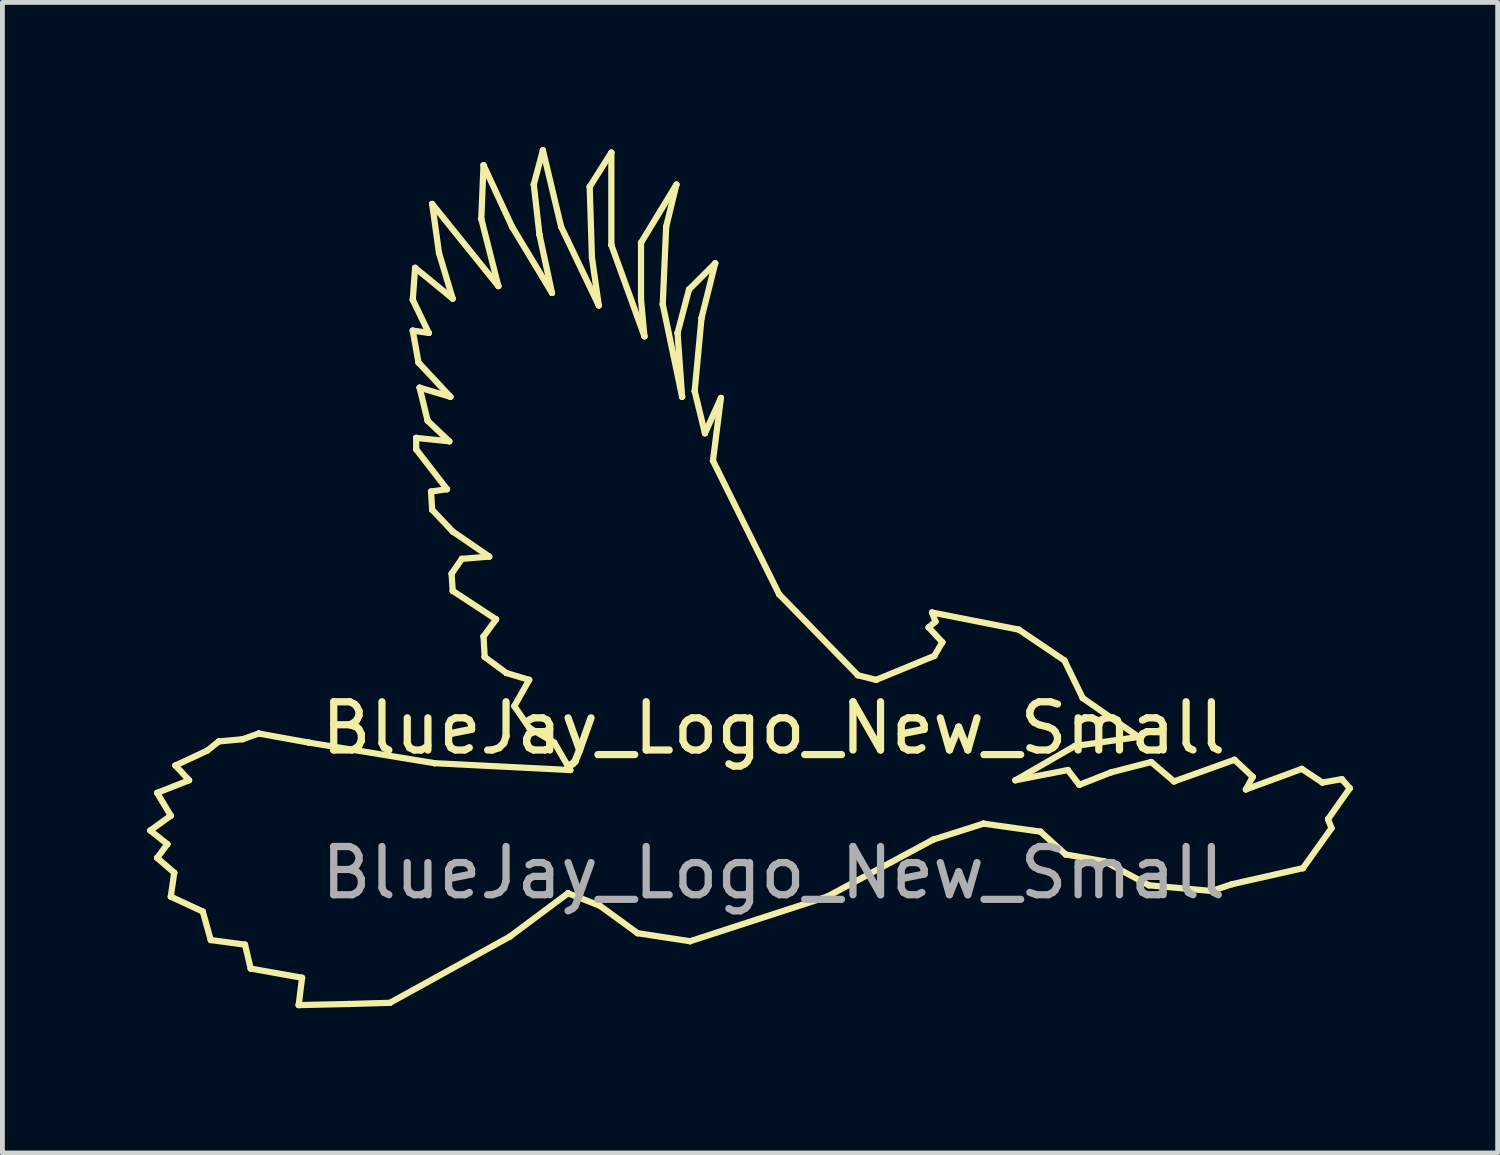
<source format=kicad_pcb>
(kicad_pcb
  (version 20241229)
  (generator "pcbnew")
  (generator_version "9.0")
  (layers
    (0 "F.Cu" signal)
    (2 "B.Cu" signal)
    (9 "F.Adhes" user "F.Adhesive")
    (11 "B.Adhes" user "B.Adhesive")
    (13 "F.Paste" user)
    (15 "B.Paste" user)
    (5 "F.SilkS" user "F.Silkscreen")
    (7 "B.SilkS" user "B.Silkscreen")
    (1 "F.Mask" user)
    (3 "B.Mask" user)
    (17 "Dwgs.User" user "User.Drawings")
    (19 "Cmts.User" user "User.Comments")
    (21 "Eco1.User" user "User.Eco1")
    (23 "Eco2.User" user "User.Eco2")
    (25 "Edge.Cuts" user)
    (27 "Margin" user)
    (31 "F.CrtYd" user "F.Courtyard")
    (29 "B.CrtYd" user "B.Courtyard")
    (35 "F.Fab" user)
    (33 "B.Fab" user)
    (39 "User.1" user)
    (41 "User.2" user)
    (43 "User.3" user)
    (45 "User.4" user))
  (footprint "BlueJay_Logo_New_Small"
    (layer "F.Cu")
    (at 12.986 12.54)
    (property "Reference" "BlueJay_Logo_New_Small" (at 0 -0.5 0) (unlocked yes) (layer "F.SilkS") (effects (font (size 1 1) (thickness 0.15))))
    (fp_line (start -12.921 1.623) (end -12.921 1.623) (stroke (width 0.129) (type solid)) (layer "F.SilkS"))
    (fp_line (start -12.921 1.623) (end -12.567 1.907) (stroke (width 0.129) (type solid)) (layer "F.SilkS"))
    (fp_line (start -12.779 0.843) (end -12.779 0.843) (stroke (width 0.129) (type solid)) (layer "F.SilkS"))
    (fp_line (start -12.779 0.843) (end -12.496 1.316) (stroke (width 0.129) (type solid)) (layer "F.SilkS"))
    (fp_line (start -12.779 2.191) (end -12.779 2.191) (stroke (width 0.129) (type solid)) (layer "F.SilkS"))
    (fp_line (start -12.779 2.191) (end -12.425 2.498) (stroke (width 0.129) (type solid)) (layer "F.SilkS"))
    (fp_line (start -12.567 1.907) (end -12.779 2.191) (stroke (width 0.129) (type solid)) (layer "F.SilkS"))
    (fp_line (start -12.567 1.907) (end -12.567 1.907) (stroke (width 0.129) (type solid)) (layer "F.SilkS"))
    (fp_line (start -12.496 1.316) (end -12.921 1.623) (stroke (width 0.129) (type solid)) (layer "F.SilkS"))
    (fp_line (start -12.496 1.316) (end -12.496 1.316) (stroke (width 0.129) (type solid)) (layer "F.SilkS"))
    (fp_line (start -12.496 2.995) (end -12.496 2.995) (stroke (width 0.129) (type solid)) (layer "F.SilkS"))
    (fp_line (start -12.496 2.995) (end -11.833 3.303) (stroke (width 0.129) (type solid)) (layer "F.SilkS"))
    (fp_line (start -12.425 2.498) (end -12.496 2.995) (stroke (width 0.129) (type solid)) (layer "F.SilkS"))
    (fp_line (start -12.425 2.498) (end -12.425 2.498) (stroke (width 0.129) (type solid)) (layer "F.SilkS"))
    (fp_line (start -12.401 0.275) (end -12.401 0.275) (stroke (width 0.129) (type solid)) (layer "F.SilkS"))
    (fp_line (start -12.401 0.275) (end -12.117 0.582) (stroke (width 0.129) (type solid)) (layer "F.SilkS"))
    (fp_line (start -12.117 0.582) (end -12.779 0.843) (stroke (width 0.129) (type solid)) (layer "F.SilkS"))
    (fp_line (start -12.117 0.582) (end -12.117 0.582) (stroke (width 0.129) (type solid)) (layer "F.SilkS"))
    (fp_line (start -11.833 3.303) (end -11.833 3.303) (stroke (width 0.129) (type solid)) (layer "F.SilkS"))
    (fp_line (start -11.833 3.303) (end -11.668 3.894) (stroke (width 0.129) (type solid)) (layer "F.SilkS"))
    (fp_line (start -11.739 -0.033) (end -12.401 0.275) (stroke (width 0.129) (type solid)) (layer "F.SilkS"))
    (fp_line (start -11.739 -0.033) (end -11.739 -0.033) (stroke (width 0.129) (type solid)) (layer "F.SilkS"))
    (fp_line (start -11.668 3.894) (end -11.668 3.894) (stroke (width 0.129) (type solid)) (layer "F.SilkS"))
    (fp_line (start -11.668 3.894) (end -10.958 3.989) (stroke (width 0.129) (type solid)) (layer "F.SilkS"))
    (fp_line (start -11.502 -0.222) (end -11.739 -0.033) (stroke (width 0.129) (type solid)) (layer "F.SilkS"))
    (fp_line (start -11.502 -0.222) (end -11.502 -0.222) (stroke (width 0.129) (type solid)) (layer "F.SilkS"))
    (fp_line (start -11.005 -0.269) (end -11.502 -0.222) (stroke (width 0.129) (type solid)) (layer "F.SilkS"))
    (fp_line (start -11.005 -0.269) (end -11.005 -0.269) (stroke (width 0.129) (type solid)) (layer "F.SilkS"))
    (fp_line (start -10.958 3.989) (end -10.958 3.989) (stroke (width 0.129) (type solid)) (layer "F.SilkS"))
    (fp_line (start -10.958 3.989) (end -10.84 4.485) (stroke (width 0.129) (type solid)) (layer "F.SilkS"))
    (fp_line (start -10.84 4.485) (end -10.84 4.485) (stroke (width 0.129) (type solid)) (layer "F.SilkS"))
    (fp_line (start -10.84 4.485) (end -9.775 4.675) (stroke (width 0.129) (type solid)) (layer "F.SilkS"))
    (fp_line (start -10.674 -0.387) (end -11.005 -0.269) (stroke (width 0.129) (type solid)) (layer "F.SilkS"))
    (fp_line (start -10.674 -0.387) (end -10.674 -0.387) (stroke (width 0.129) (type solid)) (layer "F.SilkS"))
    (fp_line (start -9.846 5.242) (end -9.846 5.242) (stroke (width 0.129) (type solid)) (layer "F.SilkS"))
    (fp_line (start -9.846 5.242) (end -8.805 5.219) (stroke (width 0.129) (type solid)) (layer "F.SilkS"))
    (fp_line (start -9.775 4.675) (end -9.846 5.242) (stroke (width 0.129) (type solid)) (layer "F.SilkS"))
    (fp_line (start -9.775 4.675) (end -9.775 4.675) (stroke (width 0.129) (type solid)) (layer "F.SilkS"))
    (fp_line (start -9.633 -0.198) (end -10.674 -0.387) (stroke (width 0.129) (type solid)) (layer "F.SilkS"))
    (fp_line (start -9.633 -0.198) (end -9.633 -0.198) (stroke (width 0.129) (type solid)) (layer "F.SilkS"))
    (fp_line (start -8.805 5.219) (end -8.805 5.219) (stroke (width 0.129) (type solid)) (layer "F.SilkS"))
    (fp_line (start -8.805 5.219) (end -7.954 5.195) (stroke (width 0.129) (type solid)) (layer "F.SilkS"))
    (fp_line (start -7.954 5.195) (end -7.954 5.195) (stroke (width 0.129) (type solid)) (layer "F.SilkS"))
    (fp_line (start -7.954 5.195) (end -5.47 3.823) (stroke (width 0.129) (type solid)) (layer "F.SilkS"))
    (fp_line (start -7.481 -9.376) (end -7.481 -9.376) (stroke (width 0.129) (type solid)) (layer "F.SilkS"))
    (fp_line (start -7.481 -9.376) (end -7.15 -8.69) (stroke (width 0.129) (type solid)) (layer "F.SilkS"))
    (fp_line (start -7.481 -8.738) (end -7.481 -8.738) (stroke (width 0.129) (type solid)) (layer "F.SilkS"))
    (fp_line (start -7.481 -8.738) (end -7.362 -8.075) (stroke (width 0.129) (type solid)) (layer "F.SilkS"))
    (fp_line (start -7.433 -10.039) (end -7.481 -9.376) (stroke (width 0.129) (type solid)) (layer "F.SilkS"))
    (fp_line (start -7.433 -10.039) (end -7.433 -10.039) (stroke (width 0.129) (type solid)) (layer "F.SilkS"))
    (fp_line (start -7.41 -6.514) (end -7.41 -6.514) (stroke (width 0.129) (type solid)) (layer "F.SilkS"))
    (fp_line (start -7.41 -6.514) (end -7.41 -6.277) (stroke (width 0.129) (type solid)) (layer "F.SilkS"))
    (fp_line (start -7.41 -6.277) (end -7.41 -6.277) (stroke (width 0.129) (type solid)) (layer "F.SilkS"))
    (fp_line (start -7.41 -6.277) (end -6.771 -5.45) (stroke (width 0.129) (type solid)) (layer "F.SilkS"))
    (fp_line (start -7.362 -8.075) (end -7.362 -8.075) (stroke (width 0.129) (type solid)) (layer "F.SilkS"))
    (fp_line (start -7.362 -8.075) (end -6.7 -7.366) (stroke (width 0.129) (type solid)) (layer "F.SilkS"))
    (fp_line (start -7.339 -7.555) (end -7.339 -7.555) (stroke (width 0.129) (type solid)) (layer "F.SilkS"))
    (fp_line (start -7.339 -7.555) (end -7.173 -6.869) (stroke (width 0.129) (type solid)) (layer "F.SilkS"))
    (fp_line (start -7.173 -6.869) (end -7.173 -6.869) (stroke (width 0.129) (type solid)) (layer "F.SilkS"))
    (fp_line (start -7.173 -6.869) (end -6.724 -6.443) (stroke (width 0.129) (type solid)) (layer "F.SilkS"))
    (fp_line (start -7.15 -8.69) (end -7.481 -8.738) (stroke (width 0.129) (type solid)) (layer "F.SilkS"))
    (fp_line (start -7.15 -8.69) (end -7.15 -8.69) (stroke (width 0.129) (type solid)) (layer "F.SilkS"))
    (fp_line (start -7.102 -5.402) (end -7.102 -5.402) (stroke (width 0.129) (type solid)) (layer "F.SilkS"))
    (fp_line (start -7.102 -5.402) (end -7.079 -5.024) (stroke (width 0.129) (type solid)) (layer "F.SilkS"))
    (fp_line (start -7.079 -5.024) (end -7.079 -5.024) (stroke (width 0.129) (type solid)) (layer "F.SilkS"))
    (fp_line (start -7.079 -5.024) (end -6.653 -4.574) (stroke (width 0.129) (type solid)) (layer "F.SilkS"))
    (fp_line (start -7.079 -11.363) (end -7.079 -11.363) (stroke (width 0.129) (type solid)) (layer "F.SilkS"))
    (fp_line (start -7.079 -11.363) (end -6.937 -10.346) (stroke (width 0.129) (type solid)) (layer "F.SilkS"))
    (fp_line (start -7.031 0.228) (end -9.633 -0.198) (stroke (width 0.129) (type solid)) (layer "F.SilkS"))
    (fp_line (start -7.031 0.228) (end -7.031 0.228) (stroke (width 0.129) (type solid)) (layer "F.SilkS"))
    (fp_line (start -6.937 -10.346) (end -6.937 -10.346) (stroke (width 0.129) (type solid)) (layer "F.SilkS"))
    (fp_line (start -6.937 -10.346) (end -6.653 -9.4) (stroke (width 0.129) (type solid)) (layer "F.SilkS"))
    (fp_line (start -6.771 -5.45) (end -7.102 -5.402) (stroke (width 0.129) (type solid)) (layer "F.SilkS"))
    (fp_line (start -6.771 -5.45) (end -6.771 -5.45) (stroke (width 0.129) (type solid)) (layer "F.SilkS"))
    (fp_line (start -6.724 -6.443) (end -7.41 -6.514) (stroke (width 0.129) (type solid)) (layer "F.SilkS"))
    (fp_line (start -6.724 -6.443) (end -6.724 -6.443) (stroke (width 0.129) (type solid)) (layer "F.SilkS"))
    (fp_line (start -6.7 -7.366) (end -7.339 -7.555) (stroke (width 0.129) (type solid)) (layer "F.SilkS"))
    (fp_line (start -6.7 -7.366) (end -6.7 -7.366) (stroke (width 0.129) (type solid)) (layer "F.SilkS"))
    (fp_line (start -6.676 -3.699) (end -6.676 -3.699) (stroke (width 0.129) (type solid)) (layer "F.SilkS"))
    (fp_line (start -6.676 -3.699) (end -6.653 -3.344) (stroke (width 0.129) (type solid)) (layer "F.SilkS"))
    (fp_line (start -6.653 -3.344) (end -6.653 -3.344) (stroke (width 0.129) (type solid)) (layer "F.SilkS"))
    (fp_line (start -6.653 -3.344) (end -5.754 -2.753) (stroke (width 0.129) (type solid)) (layer "F.SilkS"))
    (fp_line (start -6.653 -4.574) (end -6.653 -4.574) (stroke (width 0.129) (type solid)) (layer "F.SilkS"))
    (fp_line (start -6.653 -4.574) (end -5.896 -4.054) (stroke (width 0.129) (type solid)) (layer "F.SilkS"))
    (fp_line (start -6.653 -9.4) (end -7.433 -10.039) (stroke (width 0.129) (type solid)) (layer "F.SilkS"))
    (fp_line (start -6.653 -9.4) (end -6.653 -9.4) (stroke (width 0.129) (type solid)) (layer "F.SilkS"))
    (fp_line (start -6.464 -4.007) (end -6.676 -3.699) (stroke (width 0.129) (type solid)) (layer "F.SilkS"))
    (fp_line (start -6.464 -4.007) (end -6.464 -4.007) (stroke (width 0.129) (type solid)) (layer "F.SilkS"))
    (fp_line (start -6.061 -11.056) (end -6.061 -11.056) (stroke (width 0.129) (type solid)) (layer "F.SilkS"))
    (fp_line (start -6.061 -11.056) (end -5.707 -9.66) (stroke (width 0.129) (type solid)) (layer "F.SilkS"))
    (fp_line (start -6.014 -2.398) (end -6.014 -2.398) (stroke (width 0.129) (type solid)) (layer "F.SilkS"))
    (fp_line (start -6.014 -2.398) (end -5.99 -1.972) (stroke (width 0.129) (type solid)) (layer "F.SilkS"))
    (fp_line (start -6.014 -12.167) (end -6.061 -11.056) (stroke (width 0.129) (type solid)) (layer "F.SilkS"))
    (fp_line (start -6.014 -12.167) (end -6.014 -12.167) (stroke (width 0.129) (type solid)) (layer "F.SilkS"))
    (fp_line (start -5.99 -1.972) (end -5.99 -1.972) (stroke (width 0.129) (type solid)) (layer "F.SilkS"))
    (fp_line (start -5.99 -1.972) (end -5.541 -1.641) (stroke (width 0.129) (type solid)) (layer "F.SilkS"))
    (fp_line (start -5.896 -4.054) (end -6.464 -4.007) (stroke (width 0.129) (type solid)) (layer "F.SilkS"))
    (fp_line (start -5.896 -4.054) (end -5.896 -4.054) (stroke (width 0.129) (type solid)) (layer "F.SilkS"))
    (fp_line (start -5.754 -2.753) (end -6.014 -2.398) (stroke (width 0.129) (type solid)) (layer "F.SilkS"))
    (fp_line (start -5.754 -2.753) (end -5.754 -2.753) (stroke (width 0.129) (type solid)) (layer "F.SilkS"))
    (fp_line (start -5.707 -9.66) (end -7.079 -11.363) (stroke (width 0.129) (type solid)) (layer "F.SilkS"))
    (fp_line (start -5.707 -9.66) (end -5.707 -9.66) (stroke (width 0.129) (type solid)) (layer "F.SilkS"))
    (fp_line (start -5.541 -1.641) (end -5.541 -1.641) (stroke (width 0.129) (type solid)) (layer "F.SilkS"))
    (fp_line (start -5.541 -1.641) (end -5.068 -1.499) (stroke (width 0.129) (type solid)) (layer "F.SilkS"))
    (fp_line (start -5.47 3.823) (end -5.47 3.823) (stroke (width 0.129) (type solid)) (layer "F.SilkS"))
    (fp_line (start -5.47 3.823) (end -4.264 2.924) (stroke (width 0.129) (type solid)) (layer "F.SilkS"))
    (fp_line (start -5.423 -10.89) (end -6.014 -12.167) (stroke (width 0.129) (type solid)) (layer "F.SilkS"))
    (fp_line (start -5.423 -10.89) (end -5.423 -10.89) (stroke (width 0.129) (type solid)) (layer "F.SilkS"))
    (fp_line (start -5.375 -0.955) (end -5.375 -0.955) (stroke (width 0.129) (type solid)) (layer "F.SilkS"))
    (fp_line (start -5.375 -0.955) (end -5.068 -0.506) (stroke (width 0.129) (type solid)) (layer "F.SilkS"))
    (fp_line (start -5.068 -1.499) (end -5.375 -0.955) (stroke (width 0.129) (type solid)) (layer "F.SilkS"))
    (fp_line (start -5.068 -1.499) (end -5.068 -1.499) (stroke (width 0.129) (type solid)) (layer "F.SilkS"))
    (fp_line (start -5.068 -0.506) (end -5.068 -0.506) (stroke (width 0.129) (type solid)) (layer "F.SilkS"))
    (fp_line (start -5.068 -0.506) (end -4.548 -0.198) (stroke (width 0.129) (type solid)) (layer "F.SilkS"))
    (fp_line (start -4.973 -11.765) (end -4.973 -11.765) (stroke (width 0.129) (type solid)) (layer "F.SilkS"))
    (fp_line (start -4.973 -11.765) (end -4.855 -10.725) (stroke (width 0.129) (type solid)) (layer "F.SilkS"))
    (fp_line (start -4.855 -10.725) (end -4.855 -10.725) (stroke (width 0.129) (type solid)) (layer "F.SilkS"))
    (fp_line (start -4.855 -10.725) (end -4.595 -9.518) (stroke (width 0.129) (type solid)) (layer "F.SilkS"))
    (fp_line (start -4.784 -12.475) (end -4.973 -11.765) (stroke (width 0.129) (type solid)) (layer "F.SilkS"))
    (fp_line (start -4.784 -12.475) (end -4.784 -12.475) (stroke (width 0.129) (type solid)) (layer "F.SilkS"))
    (fp_line (start -4.595 -9.518) (end -5.423 -10.89) (stroke (width 0.129) (type solid)) (layer "F.SilkS"))
    (fp_line (start -4.595 -9.518) (end -4.595 -9.518) (stroke (width 0.129) (type solid)) (layer "F.SilkS"))
    (fp_line (start -4.548 -0.198) (end -4.548 -0.198) (stroke (width 0.129) (type solid)) (layer "F.SilkS"))
    (fp_line (start -4.548 -0.198) (end -4.216 0.37) (stroke (width 0.129) (type solid)) (layer "F.SilkS"))
    (fp_line (start -4.406 -10.89) (end -4.784 -12.475) (stroke (width 0.129) (type solid)) (layer "F.SilkS"))
    (fp_line (start -4.406 -10.89) (end -4.406 -10.89) (stroke (width 0.129) (type solid)) (layer "F.SilkS"))
    (fp_line (start -4.264 2.924) (end -4.264 2.924) (stroke (width 0.129) (type solid)) (layer "F.SilkS"))
    (fp_line (start -4.264 2.924) (end -3.601 3.184) (stroke (width 0.129) (type solid)) (layer "F.SilkS"))
    (fp_line (start -4.216 0.37) (end -7.031 0.228) (stroke (width 0.129) (type solid)) (layer "F.SilkS"))
    (fp_line (start -4.216 0.37) (end -4.216 0.37) (stroke (width 0.129) (type solid)) (layer "F.SilkS"))
    (fp_line (start -3.814 -11.718) (end -3.814 -11.718) (stroke (width 0.129) (type solid)) (layer "F.SilkS"))
    (fp_line (start -3.814 -11.718) (end -3.767 -10.251) (stroke (width 0.129) (type solid)) (layer "F.SilkS"))
    (fp_line (start -3.767 -10.251) (end -3.767 -10.251) (stroke (width 0.129) (type solid)) (layer "F.SilkS"))
    (fp_line (start -3.767 -10.251) (end -3.625 -9.258) (stroke (width 0.129) (type solid)) (layer "F.SilkS"))
    (fp_line (start -3.625 -9.258) (end -4.406 -10.89) (stroke (width 0.129) (type solid)) (layer "F.SilkS"))
    (fp_line (start -3.625 -9.258) (end -3.625 -9.258) (stroke (width 0.129) (type solid)) (layer "F.SilkS"))
    (fp_line (start -3.601 3.184) (end -3.601 3.184) (stroke (width 0.129) (type solid)) (layer "F.SilkS"))
    (fp_line (start -3.601 3.184) (end -2.821 3.752) (stroke (width 0.129) (type solid)) (layer "F.SilkS"))
    (fp_line (start -3.365 -12.428) (end -3.814 -11.718) (stroke (width 0.129) (type solid)) (layer "F.SilkS"))
    (fp_line (start -3.365 -12.428) (end -3.365 -12.428) (stroke (width 0.129) (type solid)) (layer "F.SilkS"))
    (fp_line (start -3.365 -10.512) (end -3.365 -12.428) (stroke (width 0.129) (type solid)) (layer "F.SilkS"))
    (fp_line (start -3.365 -10.512) (end -3.365 -10.512) (stroke (width 0.129) (type solid)) (layer "F.SilkS"))
    (fp_line (start -2.821 3.752) (end -2.821 3.752) (stroke (width 0.129) (type solid)) (layer "F.SilkS"))
    (fp_line (start -2.821 3.752) (end -1.733 3.918) (stroke (width 0.129) (type solid)) (layer "F.SilkS"))
    (fp_line (start -2.75 -10.559) (end -2.75 -10.559) (stroke (width 0.129) (type solid)) (layer "F.SilkS"))
    (fp_line (start -2.75 -10.559) (end -2.75 -9.376) (stroke (width 0.129) (type solid)) (layer "F.SilkS"))
    (fp_line (start -2.75 -9.376) (end -2.75 -9.376) (stroke (width 0.129) (type solid)) (layer "F.SilkS"))
    (fp_line (start -2.75 -9.376) (end -2.679 -8.619) (stroke (width 0.129) (type solid)) (layer "F.SilkS"))
    (fp_line (start -2.679 -8.619) (end -3.365 -10.512) (stroke (width 0.129) (type solid)) (layer "F.SilkS"))
    (fp_line (start -2.679 -8.619) (end -2.679 -8.619) (stroke (width 0.129) (type solid)) (layer "F.SilkS"))
    (fp_line (start -2.3 -9.282) (end -2.3 -9.282) (stroke (width 0.129) (type solid)) (layer "F.SilkS"))
    (fp_line (start -2.3 -9.282) (end -2.229 -10.89) (stroke (width 0.129) (type solid)) (layer "F.SilkS"))
    (fp_line (start -2.229 -10.89) (end -2.229 -10.89) (stroke (width 0.129) (type solid)) (layer "F.SilkS"))
    (fp_line (start -2.229 -10.89) (end -2.016 -11.765) (stroke (width 0.129) (type solid)) (layer "F.SilkS"))
    (fp_line (start -2.016 -11.765) (end -2.75 -10.559) (stroke (width 0.129) (type solid)) (layer "F.SilkS"))
    (fp_line (start -2.016 -11.765) (end -2.016 -11.765) (stroke (width 0.129) (type solid)) (layer "F.SilkS"))
    (fp_line (start -1.993 -8.69) (end -1.993 -8.69) (stroke (width 0.129) (type solid)) (layer "F.SilkS"))
    (fp_line (start -1.993 -8.69) (end -1.922 -7.697) (stroke (width 0.129) (type solid)) (layer "F.SilkS"))
    (fp_line (start -1.922 -7.697) (end -1.922 -7.697) (stroke (width 0.129) (type solid)) (layer "F.SilkS"))
    (fp_line (start -1.922 -7.697) (end -1.898 -7.366) (stroke (width 0.129) (type solid)) (layer "F.SilkS"))
    (fp_line (start -1.898 -7.366) (end -2.3 -9.282) (stroke (width 0.129) (type solid)) (layer "F.SilkS"))
    (fp_line (start -1.898 -7.366) (end -1.898 -7.366) (stroke (width 0.129) (type solid)) (layer "F.SilkS"))
    (fp_line (start -1.756 -9.589) (end -1.993 -8.69) (stroke (width 0.129) (type solid)) (layer "F.SilkS"))
    (fp_line (start -1.756 -9.589) (end -1.756 -9.589) (stroke (width 0.129) (type solid)) (layer "F.SilkS"))
    (fp_line (start -1.733 3.918) (end -1.733 3.918) (stroke (width 0.129) (type solid)) (layer "F.SilkS"))
    (fp_line (start -1.733 3.918) (end 1.106 2.995) (stroke (width 0.129) (type solid)) (layer "F.SilkS"))
    (fp_line (start -1.638 -7.484) (end -1.638 -7.484) (stroke (width 0.129) (type solid)) (layer "F.SilkS"))
    (fp_line (start -1.638 -7.484) (end -1.496 -8.998) (stroke (width 0.129) (type solid)) (layer "F.SilkS"))
    (fp_line (start -1.496 -8.998) (end -1.496 -8.998) (stroke (width 0.129) (type solid)) (layer "F.SilkS"))
    (fp_line (start -1.496 -8.998) (end -1.212 -10.133) (stroke (width 0.129) (type solid)) (layer "F.SilkS"))
    (fp_line (start -1.425 -6.609) (end -1.638 -7.484) (stroke (width 0.129) (type solid)) (layer "F.SilkS"))
    (fp_line (start -1.425 -6.609) (end -1.425 -6.609) (stroke (width 0.129) (type solid)) (layer "F.SilkS"))
    (fp_line (start -1.259 -6.041) (end -1.259 -6.041) (stroke (width 0.129) (type solid)) (layer "F.SilkS"))
    (fp_line (start -1.259 -6.041) (end -1.094 -7.342) (stroke (width 0.129) (type solid)) (layer "F.SilkS"))
    (fp_line (start -1.212 -10.133) (end -1.756 -9.589) (stroke (width 0.129) (type solid)) (layer "F.SilkS"))
    (fp_line (start -1.212 -10.133) (end -1.212 -10.133) (stroke (width 0.129) (type solid)) (layer "F.SilkS"))
    (fp_line (start -1.094 -7.342) (end -1.425 -6.609) (stroke (width 0.129) (type solid)) (layer "F.SilkS"))
    (fp_line (start -1.094 -7.342) (end -1.094 -7.342) (stroke (width 0.129) (type solid)) (layer "F.SilkS"))
    (fp_line (start 0.112 -3.273) (end -1.259 -6.041) (stroke (width 0.129) (type solid)) (layer "F.SilkS"))
    (fp_line (start 0.112 -3.273) (end 0.112 -3.273) (stroke (width 0.129) (type solid)) (layer "F.SilkS"))
    (fp_line (start 1.106 2.995) (end 1.106 2.995) (stroke (width 0.129) (type solid)) (layer "F.SilkS"))
    (fp_line (start 1.106 2.995) (end 3.306 1.812) (stroke (width 0.129) (type solid)) (layer "F.SilkS"))
    (fp_line (start 1.745 -1.594) (end 0.112 -3.273) (stroke (width 0.129) (type solid)) (layer "F.SilkS"))
    (fp_line (start 1.745 -1.594) (end 1.745 -1.594) (stroke (width 0.129) (type solid)) (layer "F.SilkS"))
    (fp_line (start 2.123 -1.499) (end 1.745 -1.594) (stroke (width 0.129) (type solid)) (layer "F.SilkS"))
    (fp_line (start 2.123 -1.499) (end 2.123 -1.499) (stroke (width 0.129) (type solid)) (layer "F.SilkS"))
    (fp_line (start 3.211 -2.587) (end 3.211 -2.587) (stroke (width 0.129) (type solid)) (layer "F.SilkS"))
    (fp_line (start 3.211 -2.587) (end 3.495 -2.28) (stroke (width 0.129) (type solid)) (layer "F.SilkS"))
    (fp_line (start 3.282 -2.895) (end 3.282 -2.895) (stroke (width 0.129) (type solid)) (layer "F.SilkS"))
    (fp_line (start 3.282 -2.895) (end 3.353 -2.706) (stroke (width 0.129) (type solid)) (layer "F.SilkS"))
    (fp_line (start 3.306 1.812) (end 3.306 1.812) (stroke (width 0.129) (type solid)) (layer "F.SilkS"))
    (fp_line (start 3.306 1.812) (end 4.347 1.481) (stroke (width 0.129) (type solid)) (layer "F.SilkS"))
    (fp_line (start 3.33 -1.996) (end 2.123 -1.499) (stroke (width 0.129) (type solid)) (layer "F.SilkS"))
    (fp_line (start 3.33 -1.996) (end 3.33 -1.996) (stroke (width 0.129) (type solid)) (layer "F.SilkS"))
    (fp_line (start 3.353 -2.706) (end 3.211 -2.587) (stroke (width 0.129) (type solid)) (layer "F.SilkS"))
    (fp_line (start 3.353 -2.706) (end 3.353 -2.706) (stroke (width 0.129) (type solid)) (layer "F.SilkS"))
    (fp_line (start 3.495 -2.28) (end 3.33 -1.996) (stroke (width 0.129) (type solid)) (layer "F.SilkS"))
    (fp_line (start 3.495 -2.28) (end 3.495 -2.28) (stroke (width 0.129) (type solid)) (layer "F.SilkS"))
    (fp_line (start 4.347 1.481) (end 4.347 1.481) (stroke (width 0.129) (type solid)) (layer "F.SilkS"))
    (fp_line (start 4.347 1.481) (end 5.529 1.647) (stroke (width 0.129) (type solid)) (layer "F.SilkS"))
    (fp_line (start 5.009 0.582) (end 5.009 0.582) (stroke (width 0.129) (type solid)) (layer "F.SilkS"))
    (fp_line (start 5.009 0.582) (end 6.239 -0.127) (stroke (width 0.129) (type solid)) (layer "F.SilkS"))
    (fp_line (start 5.08 -2.54) (end 3.282 -2.895) (stroke (width 0.129) (type solid)) (layer "F.SilkS"))
    (fp_line (start 5.08 -2.54) (end 5.08 -2.54) (stroke (width 0.129) (type solid)) (layer "F.SilkS"))
    (fp_line (start 5.529 1.647) (end 5.529 1.647) (stroke (width 0.129) (type solid)) (layer "F.SilkS"))
    (fp_line (start 5.529 1.647) (end 6.05 2.12) (stroke (width 0.129) (type solid)) (layer "F.SilkS"))
    (fp_line (start 6.026 -1.901) (end 5.08 -2.54) (stroke (width 0.129) (type solid)) (layer "F.SilkS"))
    (fp_line (start 6.026 -1.901) (end 6.026 -1.901) (stroke (width 0.129) (type solid)) (layer "F.SilkS"))
    (fp_line (start 6.05 2.12) (end 6.05 2.12) (stroke (width 0.129) (type solid)) (layer "F.SilkS"))
    (fp_line (start 6.05 2.12) (end 6.854 2.262) (stroke (width 0.129) (type solid)) (layer "F.SilkS"))
    (fp_line (start 6.097 0.37) (end 5.009 0.582) (stroke (width 0.129) (type solid)) (layer "F.SilkS"))
    (fp_line (start 6.097 0.37) (end 6.097 0.37) (stroke (width 0.129) (type solid)) (layer "F.SilkS"))
    (fp_line (start 6.239 -0.127) (end 6.239 -0.127) (stroke (width 0.129) (type solid)) (layer "F.SilkS"))
    (fp_line (start 6.239 -0.127) (end 7.564 -0.316) (stroke (width 0.129) (type solid)) (layer "F.SilkS"))
    (fp_line (start 6.334 0.677) (end 6.097 0.37) (stroke (width 0.129) (type solid)) (layer "F.SilkS"))
    (fp_line (start 6.334 0.677) (end 6.334 0.677) (stroke (width 0.129) (type solid)) (layer "F.SilkS"))
    (fp_line (start 6.405 -1.121) (end 6.026 -1.901) (stroke (width 0.129) (type solid)) (layer "F.SilkS"))
    (fp_line (start 6.405 -1.121) (end 6.405 -1.121) (stroke (width 0.129) (type solid)) (layer "F.SilkS"))
    (fp_line (start 6.854 2.262) (end 6.854 2.262) (stroke (width 0.129) (type solid)) (layer "F.SilkS"))
    (fp_line (start 6.854 2.262) (end 7.777 2.759) (stroke (width 0.129) (type solid)) (layer "F.SilkS"))
    (fp_line (start 6.996 0.417) (end 6.334 0.677) (stroke (width 0.129) (type solid)) (layer "F.SilkS"))
    (fp_line (start 6.996 0.417) (end 6.996 0.417) (stroke (width 0.129) (type solid)) (layer "F.SilkS"))
    (fp_line (start 7.564 -0.316) (end 6.405 -1.121) (stroke (width 0.129) (type solid)) (layer "F.SilkS"))
    (fp_line (start 7.777 2.759) (end 7.777 2.759) (stroke (width 0.129) (type solid)) (layer "F.SilkS"))
    (fp_line (start 7.777 2.759) (end 9.078 2.877) (stroke (width 0.129) (type solid)) (layer "F.SilkS"))
    (fp_line (start 7.824 0.204) (end 6.996 0.417) (stroke (width 0.129) (type solid)) (layer "F.SilkS"))
    (fp_line (start 7.824 0.204) (end 7.824 0.204) (stroke (width 0.129) (type solid)) (layer "F.SilkS"))
    (fp_line (start 8.297 0.606) (end 7.824 0.204) (stroke (width 0.129) (type solid)) (layer "F.SilkS"))
    (fp_line (start 8.297 0.606) (end 8.297 0.606) (stroke (width 0.129) (type solid)) (layer "F.SilkS"))
    (fp_line (start 9.078 2.877) (end 9.078 2.877) (stroke (width 0.129) (type solid)) (layer "F.SilkS"))
    (fp_line (start 9.078 2.877) (end 9.503 2.735) (stroke (width 0.129) (type solid)) (layer "F.SilkS"))
    (fp_line (start 9.503 2.735) (end 9.503 2.735) (stroke (width 0.129) (type solid)) (layer "F.SilkS"))
    (fp_line (start 9.503 2.735) (end 10.97 2.404) (stroke (width 0.129) (type solid)) (layer "F.SilkS"))
    (fp_line (start 9.551 0.157) (end 8.297 0.606) (stroke (width 0.129) (type solid)) (layer "F.SilkS"))
    (fp_line (start 9.551 0.157) (end 9.551 0.157) (stroke (width 0.129) (type solid)) (layer "F.SilkS"))
    (fp_line (start 9.787 0.772) (end 9.787 0.772) (stroke (width 0.129) (type solid)) (layer "F.SilkS"))
    (fp_line (start 9.787 0.772) (end 9.929 0.511) (stroke (width 0.129) (type solid)) (layer "F.SilkS"))
    (fp_line (start 9.929 0.511) (end 9.551 0.157) (stroke (width 0.129) (type solid)) (layer "F.SilkS"))
    (fp_line (start 9.929 0.511) (end 9.929 0.511) (stroke (width 0.129) (type solid)) (layer "F.SilkS"))
    (fp_line (start 10.946 0.346) (end 9.787 0.772) (stroke (width 0.129) (type solid)) (layer "F.SilkS"))
    (fp_line (start 10.946 0.346) (end 10.946 0.346) (stroke (width 0.129) (type solid)) (layer "F.SilkS"))
    (fp_line (start 10.97 2.404) (end 10.97 2.404) (stroke (width 0.129) (type solid)) (layer "F.SilkS"))
    (fp_line (start 10.97 2.404) (end 11.561 1.576) (stroke (width 0.129) (type solid)) (layer "F.SilkS"))
    (fp_line (start 11.372 0.63) (end 10.946 0.346) (stroke (width 0.129) (type solid)) (layer "F.SilkS"))
    (fp_line (start 11.372 0.63) (end 11.372 0.63) (stroke (width 0.129) (type solid)) (layer "F.SilkS"))
    (fp_line (start 11.49 1.387) (end 11.49 1.387) (stroke (width 0.129) (type solid)) (layer "F.SilkS"))
    (fp_line (start 11.49 1.387) (end 11.94 0.748) (stroke (width 0.129) (type solid)) (layer "F.SilkS"))
    (fp_line (start 11.561 1.576) (end 11.49 1.387) (stroke (width 0.129) (type solid)) (layer "F.SilkS"))
    (fp_line (start 11.561 1.576) (end 11.561 1.576) (stroke (width 0.129) (type solid)) (layer "F.SilkS"))
    (fp_line (start 11.774 0.559) (end 11.372 0.63) (stroke (width 0.129) (type solid)) (layer "F.SilkS"))
    (fp_line (start 11.774 0.559) (end 11.774 0.559) (stroke (width 0.129) (type solid)) (layer "F.SilkS"))
    (fp_line (start 11.94 0.748) (end 11.774 0.559) (stroke (width 0.129) (type solid)) (layer "F.SilkS"))
    (fp_line (start 11.94 0.748) (end 11.94 0.748) (stroke (width 0.129) (type solid)) (layer "F.SilkS"))
    (fp_text user "${REFERENCE}" (at 0 2.5 0) (unlocked yes) (layer "F.Fab") (effects (font (size 1 1) (thickness 0.15)))))
  (gr_rect
    (start -3 -3)
    (end 27.991 20.847)
    (stroke (width 0.1) (type default))
    (fill no)
    (layer "Edge.Cuts")))
</source>
